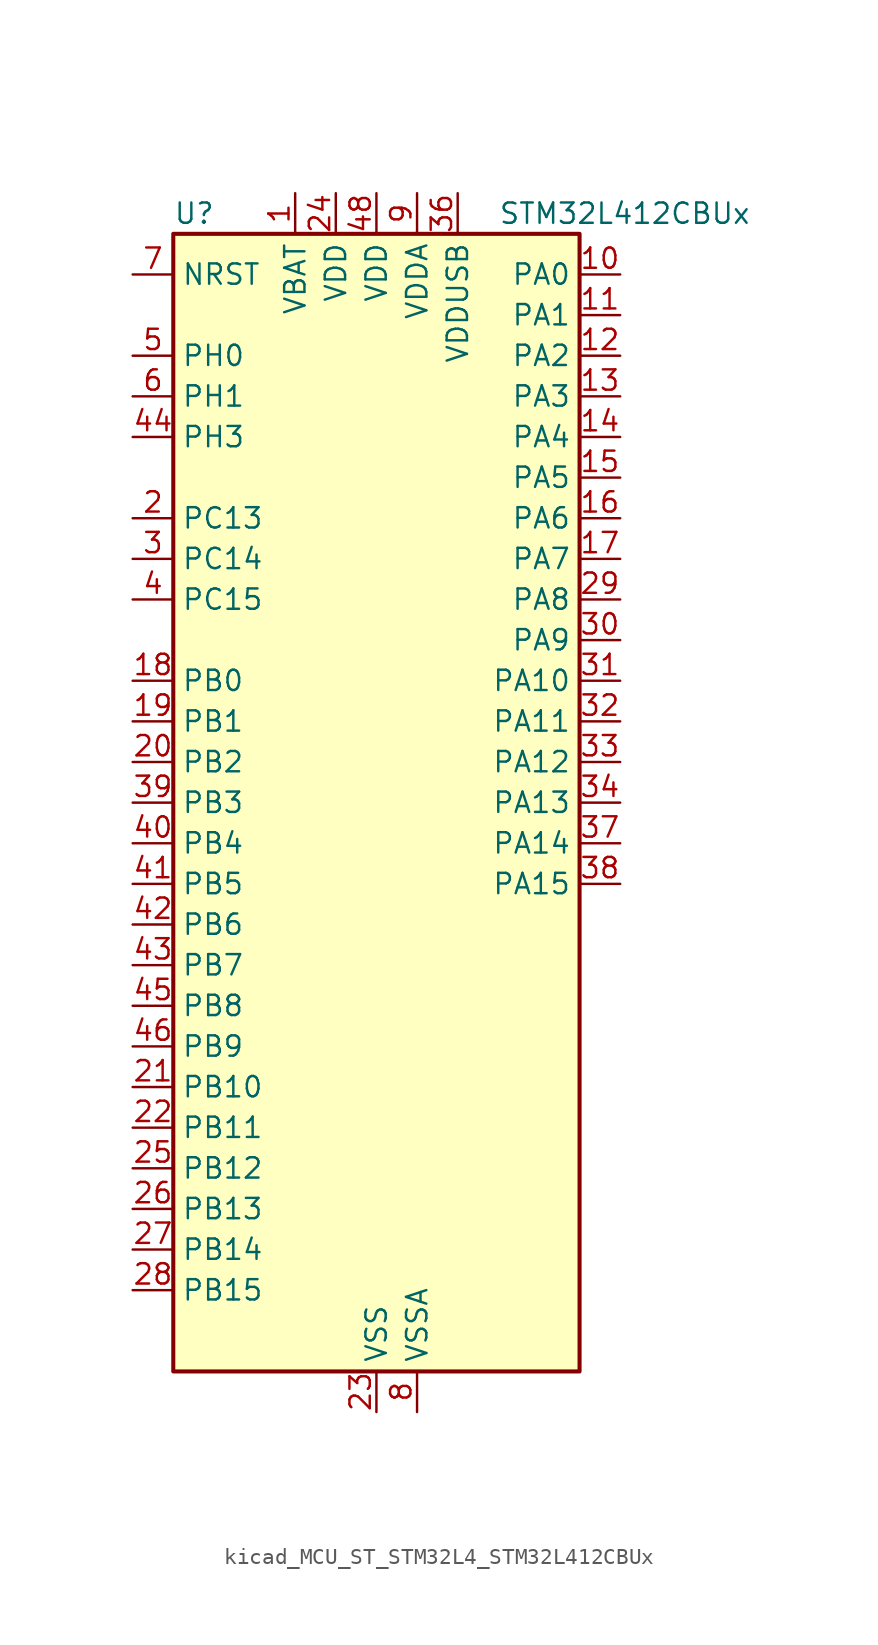
<source format=kicad_sym>
(kicad_symbol_lib
  (version 20220914)
  (generator kicad_symbol_editor)
  (symbol "kicad_MCU_ST_STM32L4_STM32L412CBUx"
    (property "Reference" "U"
      (at -12.7 36.83 0)
      (effects (font (size 1.27 1.27)) (justify left)))
    (property "Value" "STM32L412CBUx"
      (at 7.62 36.83 0)
      (effects (font (size 1.27 1.27)) (justify left)))
    (property "ki_locked" ""
      (at 0 0 0)
      (effects (font (size 1.27 1.27))))
    (symbol "kicad_MCU_ST_STM32L4_STM32L412CBUx_0_1"
      (rectangle (start -12.7 -35.56) (end 12.7 35.56) (stroke (width 0.254) (type default)) (fill (type background))))
    (symbol "kicad_MCU_ST_STM32L4_STM32L412CBUx_1_1"
      (pin power_in line (at -5.08 38.1 270) (length 2.54) (name "VBAT" (effects (font (size 1.27 1.27)))) (number "1" (effects (font (size 1.27 1.27)))))
      (pin bidirectional line (at 15.24 33.02 180) (length 2.54) (name "PA0" (effects (font (size 1.27 1.27)))) (number "10" (effects (font (size 1.27 1.27)))) (alternate "ADC1_IN5" bidirectional line) (alternate "COMP1_INM" bidirectional line) (alternate "COMP1_OUT" bidirectional line) (alternate "OPAMP1_VINP" bidirectional line) (alternate "RTC_TAMP2" bidirectional line) (alternate "SYS_WKUP1" bidirectional line) (alternate "TIM2_CH1" bidirectional line) (alternate "TIM2_ETR" bidirectional line) (alternate "USART2_CTS" bidirectional line))
      (pin bidirectional line (at 15.24 30.48 180) (length 2.54) (name "PA1" (effects (font (size 1.27 1.27)))) (number "11" (effects (font (size 1.27 1.27)))) (alternate "ADC1_IN6" bidirectional line) (alternate "COMP1_INP" bidirectional line) (alternate "I2C1_SMBA" bidirectional line) (alternate "OPAMP1_VINM" bidirectional line) (alternate "SPI1_SCK" bidirectional line) (alternate "TIM15_CH1N" bidirectional line) (alternate "TIM2_CH2" bidirectional line) (alternate "USART2_DE" bidirectional line) (alternate "USART2_RTS" bidirectional line))
      (pin bidirectional line (at 15.24 27.94 180) (length 2.54) (name "PA2" (effects (font (size 1.27 1.27)))) (number "12" (effects (font (size 1.27 1.27)))) (alternate "ADC1_IN7" bidirectional line) (alternate "ADC2_IN7" bidirectional line) (alternate "LPUART1_TX" bidirectional line) (alternate "QUADSPI_BK1_NCS" bidirectional line) (alternate "RCC_LSCO" bidirectional line) (alternate "SYS_WKUP4" bidirectional line) (alternate "TIM15_CH1" bidirectional line) (alternate "TIM2_CH3" bidirectional line) (alternate "USART2_TX" bidirectional line))
      (pin bidirectional line (at 15.24 25.4 180) (length 2.54) (name "PA3" (effects (font (size 1.27 1.27)))) (number "13" (effects (font (size 1.27 1.27)))) (alternate "ADC1_IN8" bidirectional line) (alternate "ADC2_IN8" bidirectional line) (alternate "LPUART1_RX" bidirectional line) (alternate "OPAMP1_VOUT" bidirectional line) (alternate "QUADSPI_CLK" bidirectional line) (alternate "TIM15_CH2" bidirectional line) (alternate "TIM2_CH4" bidirectional line) (alternate "USART2_RX" bidirectional line))
      (pin bidirectional line (at 15.24 22.86 180) (length 2.54) (name "PA4" (effects (font (size 1.27 1.27)))) (number "14" (effects (font (size 1.27 1.27)))) (alternate "ADC1_IN9" bidirectional line) (alternate "ADC2_IN9" bidirectional line) (alternate "COMP1_INM" bidirectional line) (alternate "LPTIM2_OUT" bidirectional line) (alternate "SPI1_NSS" bidirectional line) (alternate "USART2_CK" bidirectional line))
      (pin bidirectional line (at 15.24 20.32 180) (length 2.54) (name "PA5" (effects (font (size 1.27 1.27)))) (number "15" (effects (font (size 1.27 1.27)))) (alternate "ADC1_IN10" bidirectional line) (alternate "ADC2_IN10" bidirectional line) (alternate "COMP1_INM" bidirectional line) (alternate "LPTIM2_ETR" bidirectional line) (alternate "SPI1_SCK" bidirectional line) (alternate "TIM2_CH1" bidirectional line) (alternate "TIM2_ETR" bidirectional line))
      (pin bidirectional line (at 15.24 17.78 180) (length 2.54) (name "PA6" (effects (font (size 1.27 1.27)))) (number "16" (effects (font (size 1.27 1.27)))) (alternate "ADC1_IN11" bidirectional line) (alternate "ADC2_IN11" bidirectional line) (alternate "COMP1_OUT" bidirectional line) (alternate "LPUART1_CTS" bidirectional line) (alternate "QUADSPI_BK1_IO3" bidirectional line) (alternate "SPI1_MISO" bidirectional line) (alternate "TIM16_CH1" bidirectional line) (alternate "TIM1_BKIN" bidirectional line) (alternate "USART3_CTS" bidirectional line))
      (pin bidirectional line (at 15.24 15.24 180) (length 2.54) (name "PA7" (effects (font (size 1.27 1.27)))) (number "17" (effects (font (size 1.27 1.27)))) (alternate "ADC1_IN12" bidirectional line) (alternate "ADC2_IN12" bidirectional line) (alternate "I2C3_SCL" bidirectional line) (alternate "QUADSPI_BK1_IO2" bidirectional line) (alternate "SPI1_MOSI" bidirectional line) (alternate "TIM1_CH1N" bidirectional line))
      (pin bidirectional line (at -15.24 7.62 0) (length 2.54) (name "PB0" (effects (font (size 1.27 1.27)))) (number "18" (effects (font (size 1.27 1.27)))) (alternate "ADC1_IN15" bidirectional line) (alternate "ADC2_IN15" bidirectional line) (alternate "COMP1_OUT" bidirectional line) (alternate "QUADSPI_BK1_IO1" bidirectional line) (alternate "SPI1_NSS" bidirectional line) (alternate "SYS_TRACED0" bidirectional line) (alternate "TIM1_CH2N" bidirectional line) (alternate "USART3_CK" bidirectional line))
      (pin bidirectional line (at -15.24 5.08 0) (length 2.54) (name "PB1" (effects (font (size 1.27 1.27)))) (number "19" (effects (font (size 1.27 1.27)))) (alternate "ADC1_IN16" bidirectional line) (alternate "ADC2_IN16" bidirectional line) (alternate "COMP1_INM" bidirectional line) (alternate "LPTIM2_IN1" bidirectional line) (alternate "LPUART1_DE" bidirectional line) (alternate "LPUART1_RTS" bidirectional line) (alternate "QUADSPI_BK1_IO0" bidirectional line) (alternate "SYS_TRACED1" bidirectional line) (alternate "TIM1_CH3N" bidirectional line) (alternate "USART3_DE" bidirectional line) (alternate "USART3_RTS" bidirectional line))
      (pin bidirectional line (at -15.24 17.78 0) (length 2.54) (name "PC13" (effects (font (size 1.27 1.27)))) (number "2" (effects (font (size 1.27 1.27)))) (alternate "RTC_OUT_ALARM" bidirectional line) (alternate "RTC_OUT_CALIB" bidirectional line) (alternate "RTC_TAMP1" bidirectional line) (alternate "RTC_TS" bidirectional line) (alternate "SYS_WKUP2" bidirectional line))
      (pin bidirectional line (at -15.24 2.54 0) (length 2.54) (name "PB2" (effects (font (size 1.27 1.27)))) (number "20" (effects (font (size 1.27 1.27)))) (alternate "COMP1_INP" bidirectional line) (alternate "I2C3_SMBA" bidirectional line) (alternate "LPTIM1_OUT" bidirectional line) (alternate "RTC_OUT_ALARM" bidirectional line) (alternate "RTC_OUT_CALIB" bidirectional line))
      (pin bidirectional line (at -15.24 -17.78 0) (length 2.54) (name "PB10" (effects (font (size 1.27 1.27)))) (number "21" (effects (font (size 1.27 1.27)))) (alternate "COMP1_OUT" bidirectional line) (alternate "I2C2_SCL" bidirectional line) (alternate "LPUART1_RX" bidirectional line) (alternate "QUADSPI_CLK" bidirectional line) (alternate "SPI2_SCK" bidirectional line) (alternate "TIM2_CH3" bidirectional line) (alternate "TSC_SYNC" bidirectional line) (alternate "USART3_TX" bidirectional line))
      (pin bidirectional line (at -15.24 -20.32 0) (length 2.54) (name "PB11" (effects (font (size 1.27 1.27)))) (number "22" (effects (font (size 1.27 1.27)))) (alternate "ADC1_EXTI11" bidirectional line) (alternate "ADC2_EXTI11" bidirectional line) (alternate "I2C2_SDA" bidirectional line) (alternate "LPUART1_TX" bidirectional line) (alternate "QUADSPI_BK1_NCS" bidirectional line) (alternate "TIM2_CH4" bidirectional line) (alternate "USART3_RX" bidirectional line))
      (pin power_in line (at 0 -38.1 90) (length 2.54) (name "VSS" (effects (font (size 1.27 1.27)))) (number "23" (effects (font (size 1.27 1.27)))))
      (pin power_in line (at -2.54 38.1 270) (length 2.54) (name "VDD" (effects (font (size 1.27 1.27)))) (number "24" (effects (font (size 1.27 1.27)))))
      (pin bidirectional line (at -15.24 -22.86 0) (length 2.54) (name "PB12" (effects (font (size 1.27 1.27)))) (number "25" (effects (font (size 1.27 1.27)))) (alternate "I2C2_SMBA" bidirectional line) (alternate "LPUART1_DE" bidirectional line) (alternate "LPUART1_RTS" bidirectional line) (alternate "SPI2_NSS" bidirectional line) (alternate "TIM15_BKIN" bidirectional line) (alternate "TIM1_BKIN" bidirectional line) (alternate "TSC_G1_IO1" bidirectional line) (alternate "USART3_CK" bidirectional line))
      (pin bidirectional line (at -15.24 -25.4 0) (length 2.54) (name "PB13" (effects (font (size 1.27 1.27)))) (number "26" (effects (font (size 1.27 1.27)))) (alternate "I2C2_SCL" bidirectional line) (alternate "LPUART1_CTS" bidirectional line) (alternate "SPI2_SCK" bidirectional line) (alternate "TIM15_CH1N" bidirectional line) (alternate "TIM1_CH1N" bidirectional line) (alternate "TSC_G1_IO2" bidirectional line) (alternate "USART3_CTS" bidirectional line))
      (pin bidirectional line (at -15.24 -27.94 0) (length 2.54) (name "PB14" (effects (font (size 1.27 1.27)))) (number "27" (effects (font (size 1.27 1.27)))) (alternate "I2C2_SDA" bidirectional line) (alternate "SPI2_MISO" bidirectional line) (alternate "TIM15_CH1" bidirectional line) (alternate "TIM1_CH2N" bidirectional line) (alternate "TSC_G1_IO3" bidirectional line) (alternate "USART3_DE" bidirectional line) (alternate "USART3_RTS" bidirectional line))
      (pin bidirectional line (at -15.24 -30.48 0) (length 2.54) (name "PB15" (effects (font (size 1.27 1.27)))) (number "28" (effects (font (size 1.27 1.27)))) (alternate "ADC1_EXTI15" bidirectional line) (alternate "ADC2_EXTI15" bidirectional line) (alternate "RTC_REFIN" bidirectional line) (alternate "SPI2_MOSI" bidirectional line) (alternate "TIM15_CH2" bidirectional line) (alternate "TIM1_CH3N" bidirectional line) (alternate "TSC_G1_IO4" bidirectional line))
      (pin bidirectional line (at 15.24 12.7 180) (length 2.54) (name "PA8" (effects (font (size 1.27 1.27)))) (number "29" (effects (font (size 1.27 1.27)))) (alternate "LPTIM2_OUT" bidirectional line) (alternate "RCC_MCO" bidirectional line) (alternate "TIM1_CH1" bidirectional line) (alternate "USART1_CK" bidirectional line))
      (pin bidirectional line (at -15.24 15.24 0) (length 2.54) (name "PC14" (effects (font (size 1.27 1.27)))) (number "3" (effects (font (size 1.27 1.27)))) (alternate "RCC_OSC32_IN" bidirectional line))
      (pin bidirectional line (at 15.24 10.16 180) (length 2.54) (name "PA9" (effects (font (size 1.27 1.27)))) (number "30" (effects (font (size 1.27 1.27)))) (alternate "I2C1_SCL" bidirectional line) (alternate "TIM15_BKIN" bidirectional line) (alternate "TIM1_CH2" bidirectional line) (alternate "USART1_TX" bidirectional line))
      (pin bidirectional line (at 15.24 7.62 180) (length 2.54) (name "PA10" (effects (font (size 1.27 1.27)))) (number "31" (effects (font (size 1.27 1.27)))) (alternate "CRS_SYNC" bidirectional line) (alternate "I2C1_SDA" bidirectional line) (alternate "TIM1_CH3" bidirectional line) (alternate "USART1_RX" bidirectional line))
      (pin bidirectional line (at 15.24 5.08 180) (length 2.54) (name "PA11" (effects (font (size 1.27 1.27)))) (number "32" (effects (font (size 1.27 1.27)))) (alternate "ADC1_EXTI11" bidirectional line) (alternate "ADC2_EXTI11" bidirectional line) (alternate "COMP1_OUT" bidirectional line) (alternate "SPI1_MISO" bidirectional line) (alternate "TIM1_BKIN2" bidirectional line) (alternate "TIM1_BKIN2_COMP1" bidirectional line) (alternate "TIM1_CH4" bidirectional line) (alternate "USART1_CTS" bidirectional line) (alternate "USB_DM" bidirectional line))
      (pin bidirectional line (at 15.24 2.54 180) (length 2.54) (name "PA12" (effects (font (size 1.27 1.27)))) (number "33" (effects (font (size 1.27 1.27)))) (alternate "SPI1_MOSI" bidirectional line) (alternate "TIM1_ETR" bidirectional line) (alternate "USART1_DE" bidirectional line) (alternate "USART1_RTS" bidirectional line) (alternate "USB_DP" bidirectional line))
      (pin bidirectional line (at 15.24 0 180) (length 2.54) (name "PA13" (effects (font (size 1.27 1.27)))) (number "34" (effects (font (size 1.27 1.27)))) (alternate "IR_OUT" bidirectional line) (alternate "SYS_JTMS-SWDIO" bidirectional line) (alternate "USB_NOE" bidirectional line))
      (pin passive line (at 0 -38.1 90) (length 2.54) hide (name "VSS" (effects (font (size 1.27 1.27)))) (number "35" (effects (font (size 1.27 1.27)))))
      (pin power_in line (at 5.08 38.1 270) (length 2.54) (name "VDDUSB" (effects (font (size 1.27 1.27)))) (number "36" (effects (font (size 1.27 1.27)))))
      (pin bidirectional line (at 15.24 -2.54 180) (length 2.54) (name "PA14" (effects (font (size 1.27 1.27)))) (number "37" (effects (font (size 1.27 1.27)))) (alternate "I2C1_SMBA" bidirectional line) (alternate "LPTIM1_OUT" bidirectional line) (alternate "SYS_JTCK-SWCLK" bidirectional line))
      (pin bidirectional line (at 15.24 -5.08 180) (length 2.54) (name "PA15" (effects (font (size 1.27 1.27)))) (number "38" (effects (font (size 1.27 1.27)))) (alternate "ADC1_EXTI15" bidirectional line) (alternate "ADC2_EXTI15" bidirectional line) (alternate "SPI1_NSS" bidirectional line) (alternate "SYS_JTDI" bidirectional line) (alternate "TIM2_CH1" bidirectional line) (alternate "TIM2_ETR" bidirectional line) (alternate "USART2_RX" bidirectional line) (alternate "USART3_DE" bidirectional line) (alternate "USART3_RTS" bidirectional line))
      (pin bidirectional line (at -15.24 0 0) (length 2.54) (name "PB3" (effects (font (size 1.27 1.27)))) (number "39" (effects (font (size 1.27 1.27)))) (alternate "SPI1_SCK" bidirectional line) (alternate "SYS_JTDO-SWO" bidirectional line) (alternate "TIM2_CH2" bidirectional line) (alternate "USART1_DE" bidirectional line) (alternate "USART1_RTS" bidirectional line))
      (pin bidirectional line (at -15.24 12.7 0) (length 2.54) (name "PC15" (effects (font (size 1.27 1.27)))) (number "4" (effects (font (size 1.27 1.27)))) (alternate "ADC1_EXTI15" bidirectional line) (alternate "ADC2_EXTI15" bidirectional line) (alternate "RCC_OSC32_OUT" bidirectional line))
      (pin bidirectional line (at -15.24 -2.54 0) (length 2.54) (name "PB4" (effects (font (size 1.27 1.27)))) (number "40" (effects (font (size 1.27 1.27)))) (alternate "I2C3_SDA" bidirectional line) (alternate "SPI1_MISO" bidirectional line) (alternate "SYS_JTRST" bidirectional line) (alternate "TSC_G2_IO1" bidirectional line) (alternate "USART1_CTS" bidirectional line))
      (pin bidirectional line (at -15.24 -5.08 0) (length 2.54) (name "PB5" (effects (font (size 1.27 1.27)))) (number "41" (effects (font (size 1.27 1.27)))) (alternate "I2C1_SMBA" bidirectional line) (alternate "LPTIM1_IN1" bidirectional line) (alternate "SPI1_MOSI" bidirectional line) (alternate "SYS_TRACED2" bidirectional line) (alternate "TIM16_BKIN" bidirectional line) (alternate "TSC_G2_IO2" bidirectional line) (alternate "USART1_CK" bidirectional line))
      (pin bidirectional line (at -15.24 -7.62 0) (length 2.54) (name "PB6" (effects (font (size 1.27 1.27)))) (number "42" (effects (font (size 1.27 1.27)))) (alternate "I2C1_SCL" bidirectional line) (alternate "LPTIM1_ETR" bidirectional line) (alternate "SYS_TRACED3" bidirectional line) (alternate "TIM16_CH1N" bidirectional line) (alternate "TSC_G2_IO3" bidirectional line) (alternate "USART1_TX" bidirectional line))
      (pin bidirectional line (at -15.24 -10.16 0) (length 2.54) (name "PB7" (effects (font (size 1.27 1.27)))) (number "43" (effects (font (size 1.27 1.27)))) (alternate "I2C1_SDA" bidirectional line) (alternate "LPTIM1_IN2" bidirectional line) (alternate "SYS_PVD_IN" bidirectional line) (alternate "SYS_TRACECLK" bidirectional line) (alternate "TSC_G2_IO4" bidirectional line) (alternate "USART1_RX" bidirectional line))
      (pin bidirectional line (at -15.24 22.86 0) (length 2.54) (name "PH3" (effects (font (size 1.27 1.27)))) (number "44" (effects (font (size 1.27 1.27)))))
      (pin bidirectional line (at -15.24 -12.7 0) (length 2.54) (name "PB8" (effects (font (size 1.27 1.27)))) (number "45" (effects (font (size 1.27 1.27)))) (alternate "I2C1_SCL" bidirectional line) (alternate "TIM16_CH1" bidirectional line))
      (pin bidirectional line (at -15.24 -15.24 0) (length 2.54) (name "PB9" (effects (font (size 1.27 1.27)))) (number "46" (effects (font (size 1.27 1.27)))) (alternate "I2C1_SDA" bidirectional line) (alternate "IR_OUT" bidirectional line) (alternate "SPI2_NSS" bidirectional line))
      (pin passive line (at 0 -38.1 90) (length 2.54) hide (name "VSS" (effects (font (size 1.27 1.27)))) (number "47" (effects (font (size 1.27 1.27)))))
      (pin power_in line (at 0 38.1 270) (length 2.54) (name "VDD" (effects (font (size 1.27 1.27)))) (number "48" (effects (font (size 1.27 1.27)))))
      (pin passive line (at 0 -38.1 90) (length 2.54) hide (name "VSS" (effects (font (size 1.27 1.27)))) (number "49" (effects (font (size 1.27 1.27)))))
      (pin bidirectional line (at -15.24 27.94 0) (length 2.54) (name "PH0" (effects (font (size 1.27 1.27)))) (number "5" (effects (font (size 1.27 1.27)))) (alternate "RCC_OSC_IN" bidirectional line))
      (pin bidirectional line (at -15.24 25.4 0) (length 2.54) (name "PH1" (effects (font (size 1.27 1.27)))) (number "6" (effects (font (size 1.27 1.27)))) (alternate "RCC_OSC_OUT" bidirectional line))
      (pin input line (at -15.24 33.02 0) (length 2.54) (name "NRST" (effects (font (size 1.27 1.27)))) (number "7" (effects (font (size 1.27 1.27)))))
      (pin power_in line (at 2.54 -38.1 90) (length 2.54) (name "VSSA" (effects (font (size 1.27 1.27)))) (number "8" (effects (font (size 1.27 1.27)))))
      (pin power_in line (at 2.54 38.1 270) (length 2.54) (name "VDDA" (effects (font (size 1.27 1.27)))) (number "9" (effects (font (size 1.27 1.27))))))))
</source>
